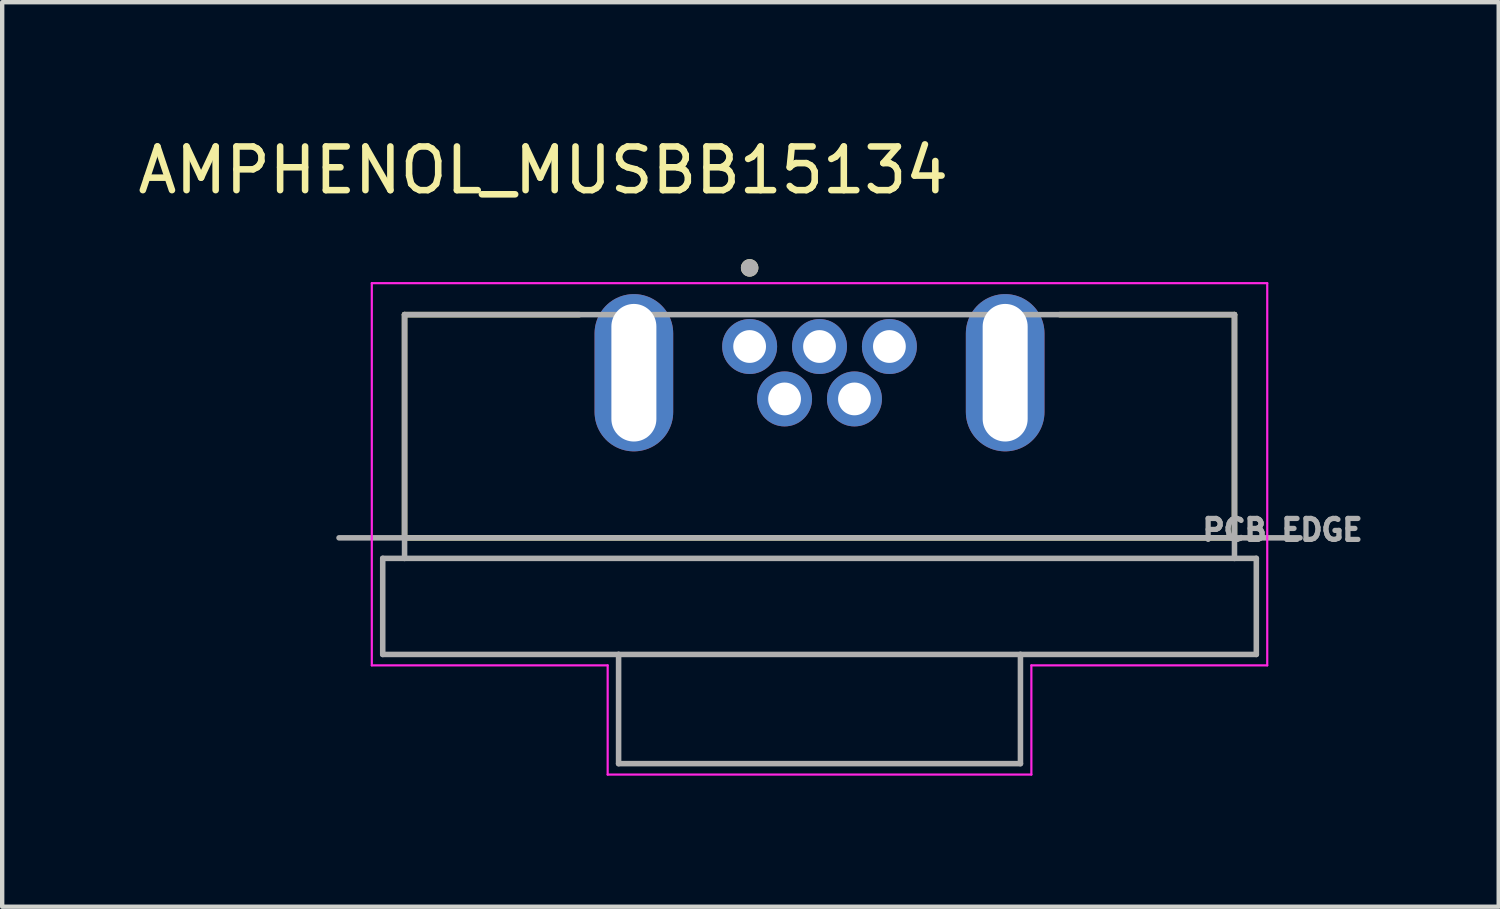
<source format=kicad_pcb>
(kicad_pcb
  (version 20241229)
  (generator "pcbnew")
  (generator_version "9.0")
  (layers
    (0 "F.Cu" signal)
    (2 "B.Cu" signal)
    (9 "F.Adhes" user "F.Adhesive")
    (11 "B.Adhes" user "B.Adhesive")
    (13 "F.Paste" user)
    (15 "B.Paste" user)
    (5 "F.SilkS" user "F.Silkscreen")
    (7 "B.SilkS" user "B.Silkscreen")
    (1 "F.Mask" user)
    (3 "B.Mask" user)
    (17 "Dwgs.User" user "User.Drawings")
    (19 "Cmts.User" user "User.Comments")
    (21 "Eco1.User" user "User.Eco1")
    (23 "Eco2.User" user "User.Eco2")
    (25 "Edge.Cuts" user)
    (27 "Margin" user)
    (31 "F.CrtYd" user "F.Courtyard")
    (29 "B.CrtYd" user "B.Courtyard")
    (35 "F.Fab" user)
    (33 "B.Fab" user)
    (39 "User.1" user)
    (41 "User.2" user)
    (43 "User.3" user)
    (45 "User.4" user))
  (footprint "AMPHENOL_MUSBB15134"
    (layer "F.Cu")
    (at 15.712 5.483)
    (property "Reference" "AMPHENOL_MUSBB15134" (at -6.325 -4.635 0) (layer "F.SilkS") (effects (font (size 1 1) (thickness 0.15))))
    (attr through_hole)
    (fp_line (start -9.5 -1.33) (end -5.5 -1.33) (stroke (width 0.127) (type solid)) (layer "F.SilkS"))
    (fp_line (start -9.5 3.78) (end -9.5 -1.33) (stroke (width 0.127) (type solid)) (layer "F.SilkS"))
    (fp_line (start -9.5 3.78) (end 9.5 3.78) (stroke (width 0.127) (type solid)) (layer "F.SilkS"))
    (fp_line (start 9.5 -1.33) (end 5.5 -1.33) (stroke (width 0.127) (type solid)) (layer "F.SilkS"))
    (fp_line (start 9.5 3.78) (end 9.5 -1.33) (stroke (width 0.127) (type solid)) (layer "F.SilkS"))
    (fp_circle (center -1.6 -2.4) (end -1.5 -2.4) (stroke (width 0.2) (type solid)) (fill no) (layer "F.SilkS"))
    (fp_line (start -10.25 -2.05) (end 10.25 -2.05) (stroke (width 0.05) (type solid)) (layer "F.CrtYd"))
    (fp_line (start -10.25 6.7) (end -10.25 -2.05) (stroke (width 0.05) (type solid)) (layer "F.CrtYd"))
    (fp_line (start -4.85 6.7) (end -10.25 6.7) (stroke (width 0.05) (type solid)) (layer "F.CrtYd"))
    (fp_line (start -4.85 9.2) (end -4.85 6.7) (stroke (width 0.05) (type solid)) (layer "F.CrtYd"))
    (fp_line (start 4.85 6.7) (end 4.85 9.2) (stroke (width 0.05) (type solid)) (layer "F.CrtYd"))
    (fp_line (start 4.85 9.2) (end -4.85 9.2) (stroke (width 0.05) (type solid)) (layer "F.CrtYd"))
    (fp_line (start 10.25 -2.05) (end 10.25 6.7) (stroke (width 0.05) (type solid)) (layer "F.CrtYd"))
    (fp_line (start 10.25 6.7) (end 4.85 6.7) (stroke (width 0.05) (type solid)) (layer "F.CrtYd"))
    (fp_line (start -11 3.78) (end 11 3.78) (stroke (width 0.127) (type solid)) (layer "F.Fab"))
    (fp_line (start -10 4.25) (end -10 6.45) (stroke (width 0.127) (type solid)) (layer "F.Fab"))
    (fp_line (start -10 6.45) (end -4.6 6.45) (stroke (width 0.127) (type solid)) (layer "F.Fab"))
    (fp_line (start -9.5 -1.33) (end 9.5 -1.33) (stroke (width 0.127) (type solid)) (layer "F.Fab"))
    (fp_line (start -9.5 4.25) (end -10 4.25) (stroke (width 0.127) (type solid)) (layer "F.Fab"))
    (fp_line (start -9.5 4.25) (end -9.5 -1.33) (stroke (width 0.127) (type solid)) (layer "F.Fab"))
    (fp_line (start -4.6 6.45) (end -4.6 8.95) (stroke (width 0.127) (type solid)) (layer "F.Fab"))
    (fp_line (start -4.6 6.45) (end 4.6 6.45) (stroke (width 0.127) (type solid)) (layer "F.Fab"))
    (fp_line (start -4.6 8.95) (end 4.6 8.95) (stroke (width 0.127) (type solid)) (layer "F.Fab"))
    (fp_line (start 4.6 6.45) (end 10 6.45) (stroke (width 0.127) (type solid)) (layer "F.Fab"))
    (fp_line (start 4.6 8.95) (end 4.6 6.45) (stroke (width 0.127) (type solid)) (layer "F.Fab"))
    (fp_line (start 9.5 -1.33) (end 9.5 4.25) (stroke (width 0.127) (type solid)) (layer "F.Fab"))
    (fp_line (start 9.5 4.25) (end -9.5 4.25) (stroke (width 0.127) (type solid)) (layer "F.Fab"))
    (fp_line (start 10 4.25) (end 9.5 4.25) (stroke (width 0.127) (type solid)) (layer "F.Fab"))
    (fp_line (start 10 6.45) (end 10 4.25) (stroke (width 0.127) (type solid)) (layer "F.Fab"))
    (fp_circle (center -1.6 -2.4) (end -1.5 -2.4) (stroke (width 0.2) (type solid)) (fill no) (layer "F.Fab"))
    (fp_text user "PCB EDGE" (at 10.6 3.6 0) (layer "F.Fab") (effects (font (size 0.48 0.48) (thickness 0.15))))
    (pad "1" thru_hole circle (at -1.6 -0.6) (size 1.258 1.258) (drill 0.75) (layers "*.Cu" "*.Mask"))
    (pad "2" thru_hole circle (at -0.8 0.6) (size 1.258 1.258) (drill 0.75) (layers "*.Cu" "*.Mask"))
    (pad "3" thru_hole circle (at 0 -0.6) (size 1.258 1.258) (drill 0.75) (layers "*.Cu" "*.Mask"))
    (pad "4" thru_hole circle (at 0.8 0.6) (size 1.258 1.258) (drill 0.75) (layers "*.Cu" "*.Mask"))
    (pad "5" thru_hole circle (at 1.6 -0.6) (size 1.258 1.258) (drill 0.75) (layers "*.Cu" "*.Mask"))
    (pad "S1" thru_hole oval (at -4.25 0) (size 1.8 3.6) (drill oval 1.03 3.15) (layers "*.Cu" "*.Mask"))
    (pad "S2" thru_hole oval (at 4.25 0) (size 1.8 3.6) (drill oval 1.03 3.15) (layers "*.Cu" "*.Mask")))
  (gr_rect
    (start -3 -3)
    (end 31.261 17.708)
    (stroke (width 0.1) (type default))
    (fill no)
    (layer "Edge.Cuts")))
</source>
